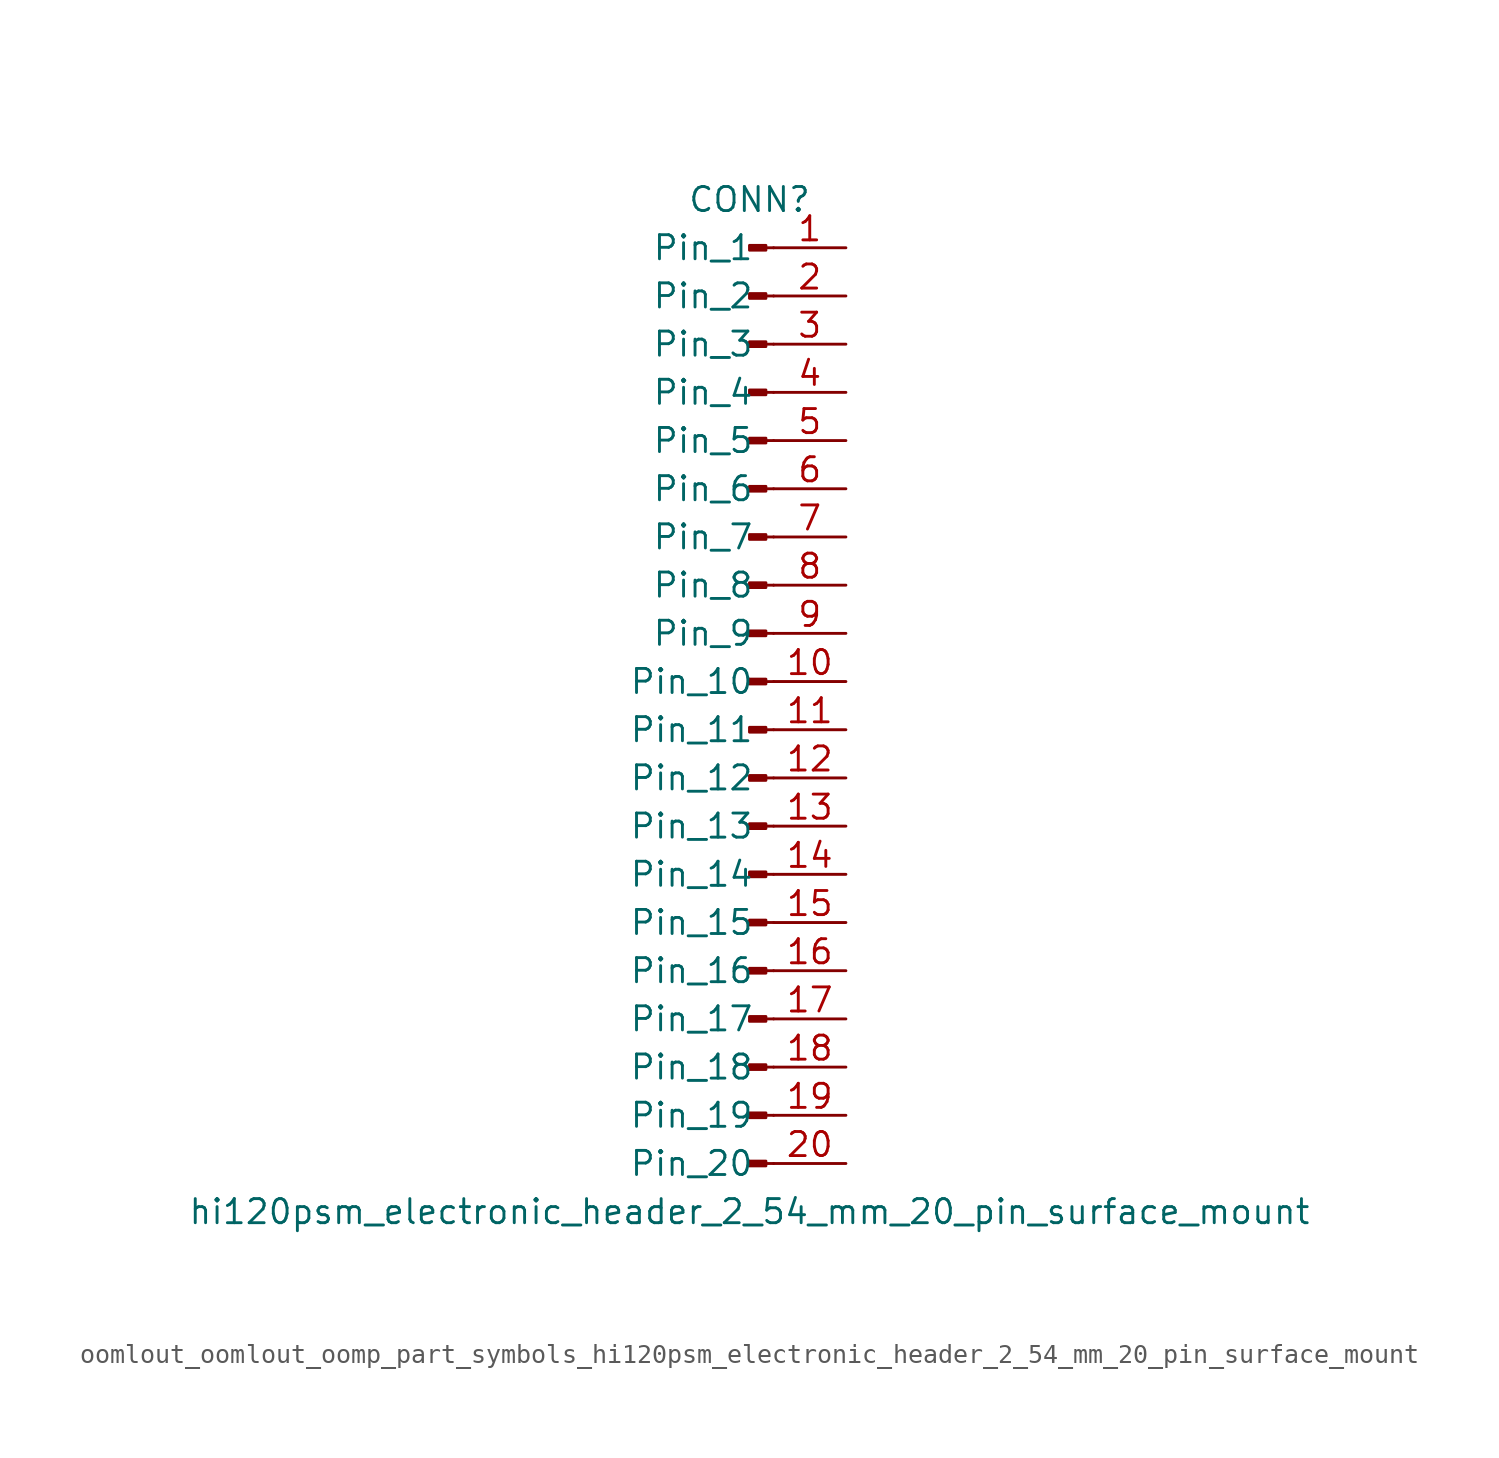
<source format=kicad_sym>
(kicad_symbol_lib
  (version 20220914)
  (generator kicad_symbol_editor)
  (symbol "oomlout_oomlout_oomp_part_symbols_hi120psm_electronic_header_2_54_mm_20_pin_surface_mount"
    (pin_names
      (offset 1.016))
    (property "Reference" "CONN"
      (at 0 25.4 0)
      (effects (font (size 1.27 1.27))))
    (property "Value" "hi120psm_electronic_header_2_54_mm_20_pin_surface_mount"
      (at 0 -27.94 0)
      (effects (font (size 1.27 1.27))))
    (property "ki_locked" ""
      (at 0 0 0)
      (effects (font (size 1.27 1.27))))
    (symbol "oomlout_oomlout_oomp_part_symbols_hi120psm_electronic_header_2_54_mm_20_pin_surface_mount_1_1"
      (polyline (pts (xy 1.27 -25.4) (xy 0.864 -25.4)) (stroke (width 0.152) (type default)) (fill (type none)))
      (polyline (pts (xy 1.27 -22.86) (xy 0.864 -22.86)) (stroke (width 0.152) (type default)) (fill (type none)))
      (polyline (pts (xy 1.27 -20.32) (xy 0.864 -20.32)) (stroke (width 0.152) (type default)) (fill (type none)))
      (polyline (pts (xy 1.27 -17.78) (xy 0.864 -17.78)) (stroke (width 0.152) (type default)) (fill (type none)))
      (polyline (pts (xy 1.27 -15.24) (xy 0.864 -15.24)) (stroke (width 0.152) (type default)) (fill (type none)))
      (polyline (pts (xy 1.27 -12.7) (xy 0.864 -12.7)) (stroke (width 0.152) (type default)) (fill (type none)))
      (polyline (pts (xy 1.27 -10.16) (xy 0.864 -10.16)) (stroke (width 0.152) (type default)) (fill (type none)))
      (polyline (pts (xy 1.27 -7.62) (xy 0.864 -7.62)) (stroke (width 0.152) (type default)) (fill (type none)))
      (polyline (pts (xy 1.27 -5.08) (xy 0.864 -5.08)) (stroke (width 0.152) (type default)) (fill (type none)))
      (polyline (pts (xy 1.27 -2.54) (xy 0.864 -2.54)) (stroke (width 0.152) (type default)) (fill (type none)))
      (polyline (pts (xy 1.27 0) (xy 0.864 0)) (stroke (width 0.152) (type default)) (fill (type none)))
      (polyline (pts (xy 1.27 2.54) (xy 0.864 2.54)) (stroke (width 0.152) (type default)) (fill (type none)))
      (polyline (pts (xy 1.27 5.08) (xy 0.864 5.08)) (stroke (width 0.152) (type default)) (fill (type none)))
      (polyline (pts (xy 1.27 7.62) (xy 0.864 7.62)) (stroke (width 0.152) (type default)) (fill (type none)))
      (polyline (pts (xy 1.27 10.16) (xy 0.864 10.16)) (stroke (width 0.152) (type default)) (fill (type none)))
      (polyline (pts (xy 1.27 12.7) (xy 0.864 12.7)) (stroke (width 0.152) (type default)) (fill (type none)))
      (polyline (pts (xy 1.27 15.24) (xy 0.864 15.24)) (stroke (width 0.152) (type default)) (fill (type none)))
      (polyline (pts (xy 1.27 17.78) (xy 0.864 17.78)) (stroke (width 0.152) (type default)) (fill (type none)))
      (polyline (pts (xy 1.27 20.32) (xy 0.864 20.32)) (stroke (width 0.152) (type default)) (fill (type none)))
      (polyline (pts (xy 1.27 22.86) (xy 0.864 22.86)) (stroke (width 0.152) (type default)) (fill (type none)))
      (rectangle (start 0.864 -25.273) (end 0 -25.527) (stroke (width 0.152) (type default)) (fill (type outline)))
      (rectangle (start 0.864 -22.733) (end 0 -22.987) (stroke (width 0.152) (type default)) (fill (type outline)))
      (rectangle (start 0.864 -20.193) (end 0 -20.447) (stroke (width 0.152) (type default)) (fill (type outline)))
      (rectangle (start 0.864 -17.653) (end 0 -17.907) (stroke (width 0.152) (type default)) (fill (type outline)))
      (rectangle (start 0.864 -15.113) (end 0 -15.367) (stroke (width 0.152) (type default)) (fill (type outline)))
      (rectangle (start 0.864 -12.573) (end 0 -12.827) (stroke (width 0.152) (type default)) (fill (type outline)))
      (rectangle (start 0.864 -10.033) (end 0 -10.287) (stroke (width 0.152) (type default)) (fill (type outline)))
      (rectangle (start 0.864 -7.493) (end 0 -7.747) (stroke (width 0.152) (type default)) (fill (type outline)))
      (rectangle (start 0.864 -4.953) (end 0 -5.207) (stroke (width 0.152) (type default)) (fill (type outline)))
      (rectangle (start 0.864 -2.413) (end 0 -2.667) (stroke (width 0.152) (type default)) (fill (type outline)))
      (rectangle (start 0.864 0.127) (end 0 -0.127) (stroke (width 0.152) (type default)) (fill (type outline)))
      (rectangle (start 0.864 2.667) (end 0 2.413) (stroke (width 0.152) (type default)) (fill (type outline)))
      (rectangle (start 0.864 5.207) (end 0 4.953) (stroke (width 0.152) (type default)) (fill (type outline)))
      (rectangle (start 0.864 7.747) (end 0 7.493) (stroke (width 0.152) (type default)) (fill (type outline)))
      (rectangle (start 0.864 10.287) (end 0 10.033) (stroke (width 0.152) (type default)) (fill (type outline)))
      (rectangle (start 0.864 12.827) (end 0 12.573) (stroke (width 0.152) (type default)) (fill (type outline)))
      (rectangle (start 0.864 15.367) (end 0 15.113) (stroke (width 0.152) (type default)) (fill (type outline)))
      (rectangle (start 0.864 17.907) (end 0 17.653) (stroke (width 0.152) (type default)) (fill (type outline)))
      (rectangle (start 0.864 20.447) (end 0 20.193) (stroke (width 0.152) (type default)) (fill (type outline)))
      (rectangle (start 0.864 22.987) (end 0 22.733) (stroke (width 0.152) (type default)) (fill (type outline)))
      (pin passive line (at 5.08 22.86 180) (length 3.81) (name "Pin_1" (effects (font (size 1.27 1.27)))) (number "1" (effects (font (size 1.27 1.27)))))
      (pin passive line (at 5.08 0 180) (length 3.81) (name "Pin_10" (effects (font (size 1.27 1.27)))) (number "10" (effects (font (size 1.27 1.27)))))
      (pin passive line (at 5.08 -2.54 180) (length 3.81) (name "Pin_11" (effects (font (size 1.27 1.27)))) (number "11" (effects (font (size 1.27 1.27)))))
      (pin passive line (at 5.08 -5.08 180) (length 3.81) (name "Pin_12" (effects (font (size 1.27 1.27)))) (number "12" (effects (font (size 1.27 1.27)))))
      (pin passive line (at 5.08 -7.62 180) (length 3.81) (name "Pin_13" (effects (font (size 1.27 1.27)))) (number "13" (effects (font (size 1.27 1.27)))))
      (pin passive line (at 5.08 -10.16 180) (length 3.81) (name "Pin_14" (effects (font (size 1.27 1.27)))) (number "14" (effects (font (size 1.27 1.27)))))
      (pin passive line (at 5.08 -12.7 180) (length 3.81) (name "Pin_15" (effects (font (size 1.27 1.27)))) (number "15" (effects (font (size 1.27 1.27)))))
      (pin passive line (at 5.08 -15.24 180) (length 3.81) (name "Pin_16" (effects (font (size 1.27 1.27)))) (number "16" (effects (font (size 1.27 1.27)))))
      (pin passive line (at 5.08 -17.78 180) (length 3.81) (name "Pin_17" (effects (font (size 1.27 1.27)))) (number "17" (effects (font (size 1.27 1.27)))))
      (pin passive line (at 5.08 -20.32 180) (length 3.81) (name "Pin_18" (effects (font (size 1.27 1.27)))) (number "18" (effects (font (size 1.27 1.27)))))
      (pin passive line (at 5.08 -22.86 180) (length 3.81) (name "Pin_19" (effects (font (size 1.27 1.27)))) (number "19" (effects (font (size 1.27 1.27)))))
      (pin passive line (at 5.08 20.32 180) (length 3.81) (name "Pin_2" (effects (font (size 1.27 1.27)))) (number "2" (effects (font (size 1.27 1.27)))))
      (pin passive line (at 5.08 -25.4 180) (length 3.81) (name "Pin_20" (effects (font (size 1.27 1.27)))) (number "20" (effects (font (size 1.27 1.27)))))
      (pin passive line (at 5.08 17.78 180) (length 3.81) (name "Pin_3" (effects (font (size 1.27 1.27)))) (number "3" (effects (font (size 1.27 1.27)))))
      (pin passive line (at 5.08 15.24 180) (length 3.81) (name "Pin_4" (effects (font (size 1.27 1.27)))) (number "4" (effects (font (size 1.27 1.27)))))
      (pin passive line (at 5.08 12.7 180) (length 3.81) (name "Pin_5" (effects (font (size 1.27 1.27)))) (number "5" (effects (font (size 1.27 1.27)))))
      (pin passive line (at 5.08 10.16 180) (length 3.81) (name "Pin_6" (effects (font (size 1.27 1.27)))) (number "6" (effects (font (size 1.27 1.27)))))
      (pin passive line (at 5.08 7.62 180) (length 3.81) (name "Pin_7" (effects (font (size 1.27 1.27)))) (number "7" (effects (font (size 1.27 1.27)))))
      (pin passive line (at 5.08 5.08 180) (length 3.81) (name "Pin_8" (effects (font (size 1.27 1.27)))) (number "8" (effects (font (size 1.27 1.27)))))
      (pin passive line (at 5.08 2.54 180) (length 3.81) (name "Pin_9" (effects (font (size 1.27 1.27)))) (number "9" (effects (font (size 1.27 1.27))))))))
</source>
